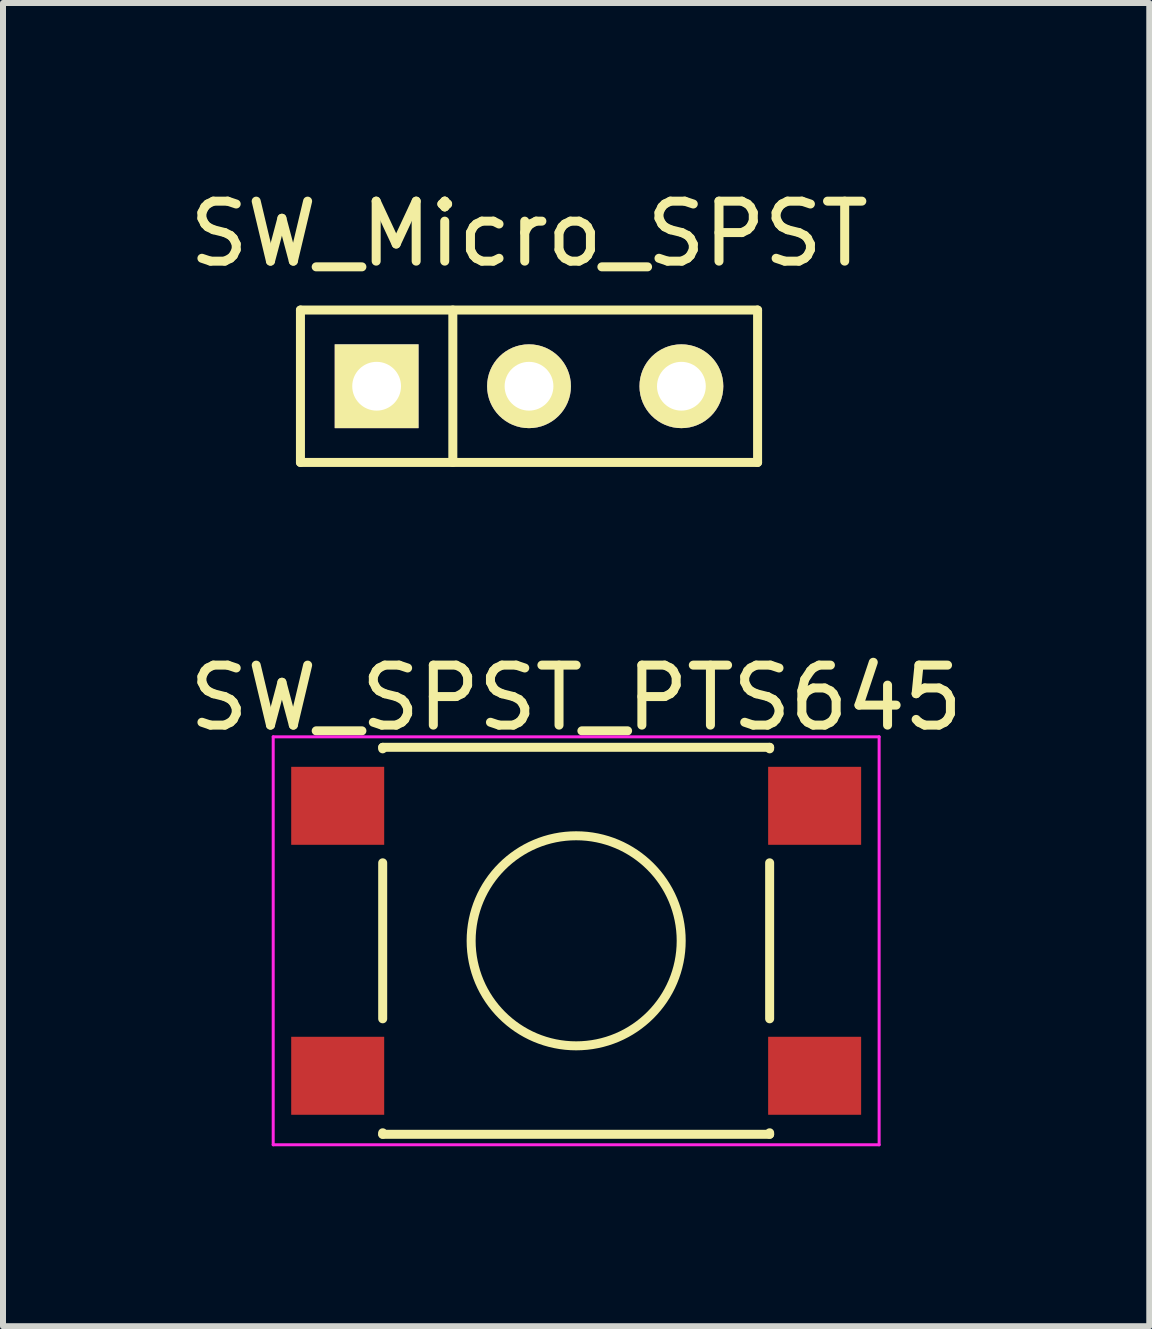
<source format=kicad_pcb>
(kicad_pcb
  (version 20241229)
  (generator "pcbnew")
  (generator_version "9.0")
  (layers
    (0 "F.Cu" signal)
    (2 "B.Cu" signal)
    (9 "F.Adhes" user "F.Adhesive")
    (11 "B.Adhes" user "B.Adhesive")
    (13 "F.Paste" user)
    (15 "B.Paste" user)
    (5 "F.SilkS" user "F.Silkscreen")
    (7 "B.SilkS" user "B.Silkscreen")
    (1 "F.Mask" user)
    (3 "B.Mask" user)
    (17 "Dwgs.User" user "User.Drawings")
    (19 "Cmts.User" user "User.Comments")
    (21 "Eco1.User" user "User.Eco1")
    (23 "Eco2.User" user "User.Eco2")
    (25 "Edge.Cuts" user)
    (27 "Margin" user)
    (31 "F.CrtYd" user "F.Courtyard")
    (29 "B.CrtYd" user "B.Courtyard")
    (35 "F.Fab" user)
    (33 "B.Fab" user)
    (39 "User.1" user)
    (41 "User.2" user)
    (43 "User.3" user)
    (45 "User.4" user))
  (footprint "SW_Micro_SPST"
    (layer "F.Cu")
    (at 5.768 3.388)
    (property "Reference" "SW_Micro_SPST" (at 0 -2.54 0) (layer "F.SilkS") (effects (font (size 1 1) (thickness 0.15))))
    (attr through_hole)
    (fp_line (start -3.81 -1.27) (end 3.81 -1.27) (stroke (width 0.15) (type solid)) (layer "F.SilkS"))
    (fp_line (start -3.81 1.27) (end -3.81 -1.27) (stroke (width 0.15) (type solid)) (layer "F.SilkS"))
    (fp_line (start -1.27 -1.27) (end -1.27 1.27) (stroke (width 0.15) (type solid)) (layer "F.SilkS"))
    (fp_line (start 3.81 -1.27) (end 3.81 1.27) (stroke (width 0.15) (type solid)) (layer "F.SilkS"))
    (fp_line (start 3.81 1.27) (end -3.81 1.27) (stroke (width 0.15) (type solid)) (layer "F.SilkS"))
    (pad "1" thru_hole rect (at -2.54 0) (size 1.397 1.397) (drill 0.813) (layers "*.Cu" "*.Mask" "F.SilkS"))
    (pad "2" thru_hole circle (at 0 0) (size 1.397 1.397) (drill 0.813) (layers "*.Cu" "*.Mask" "F.SilkS"))
    (pad "3" thru_hole circle (at 2.54 0) (size 1.397 1.397) (drill 0.813) (layers "*.Cu" "*.Mask" "F.SilkS")))
  (footprint "SW_SPST_PTS645"
    (layer "F.Cu")
    (at 6.554 12.632)
    (property "Reference" "SW_SPST_PTS645" (at 0 -4.05 0) (layer "F.SilkS") (effects (font (size 1 1) (thickness 0.15))))
    (attr smd)
    (fp_line (start -3.225 -3.225) (end 3.225 -3.225) (stroke (width 0.15) (type solid)) (layer "F.SilkS"))
    (fp_line (start -3.225 -3.2) (end -3.225 -3.225) (stroke (width 0.15) (type solid)) (layer "F.SilkS"))
    (fp_line (start -3.225 -1.3) (end -3.225 1.3) (stroke (width 0.15) (type solid)) (layer "F.SilkS"))
    (fp_line (start -3.225 3.225) (end -3.225 3.2) (stroke (width 0.15) (type solid)) (layer "F.SilkS"))
    (fp_line (start -3.225 3.225) (end 3.225 3.225) (stroke (width 0.15) (type solid)) (layer "F.SilkS"))
    (fp_line (start 3.225 -3.225) (end 3.225 -3.2) (stroke (width 0.15) (type solid)) (layer "F.SilkS"))
    (fp_line (start 3.225 -1.3) (end 3.225 1.3) (stroke (width 0.15) (type solid)) (layer "F.SilkS"))
    (fp_line (start 3.225 3.225) (end 3.225 3.2) (stroke (width 0.15) (type solid)) (layer "F.SilkS"))
    (fp_circle (center 0 0) (end 1.75 -0.05) (stroke (width 0.15) (type solid)) (fill no) (layer "F.SilkS"))
    (fp_line (start -5.05 -3.4) (end -5.05 3.4) (stroke (width 0.05) (type solid)) (layer "F.CrtYd"))
    (fp_line (start -5.05 -3.4) (end 5.05 -3.4) (stroke (width 0.05) (type solid)) (layer "F.CrtYd"))
    (fp_line (start -5.05 3.4) (end 5.05 3.4) (stroke (width 0.05) (type solid)) (layer "F.CrtYd"))
    (fp_line (start 5.05 3.4) (end 5.05 -3.4) (stroke (width 0.05) (type solid)) (layer "F.CrtYd"))
    (pad "1" smd rect (at -3.975 -2.25) (size 1.55 1.3) (layers "F.Cu" "F.Mask" "F.Paste"))
    (pad "1" smd rect (at 3.975 -2.25) (size 1.55 1.3) (layers "F.Cu" "F.Mask" "F.Paste"))
    (pad "2" smd rect (at -3.975 2.25) (size 1.55 1.3) (layers "F.Cu" "F.Mask" "F.Paste"))
    (pad "2" smd rect (at 3.975 2.25) (size 1.55 1.3) (layers "F.Cu" "F.Mask" "F.Paste")))
  (gr_rect
    (start -3 -3)
    (end 16.107 19.056)
    (stroke (width 0.1) (type default))
    (fill no)
    (layer "Edge.Cuts")))
</source>
